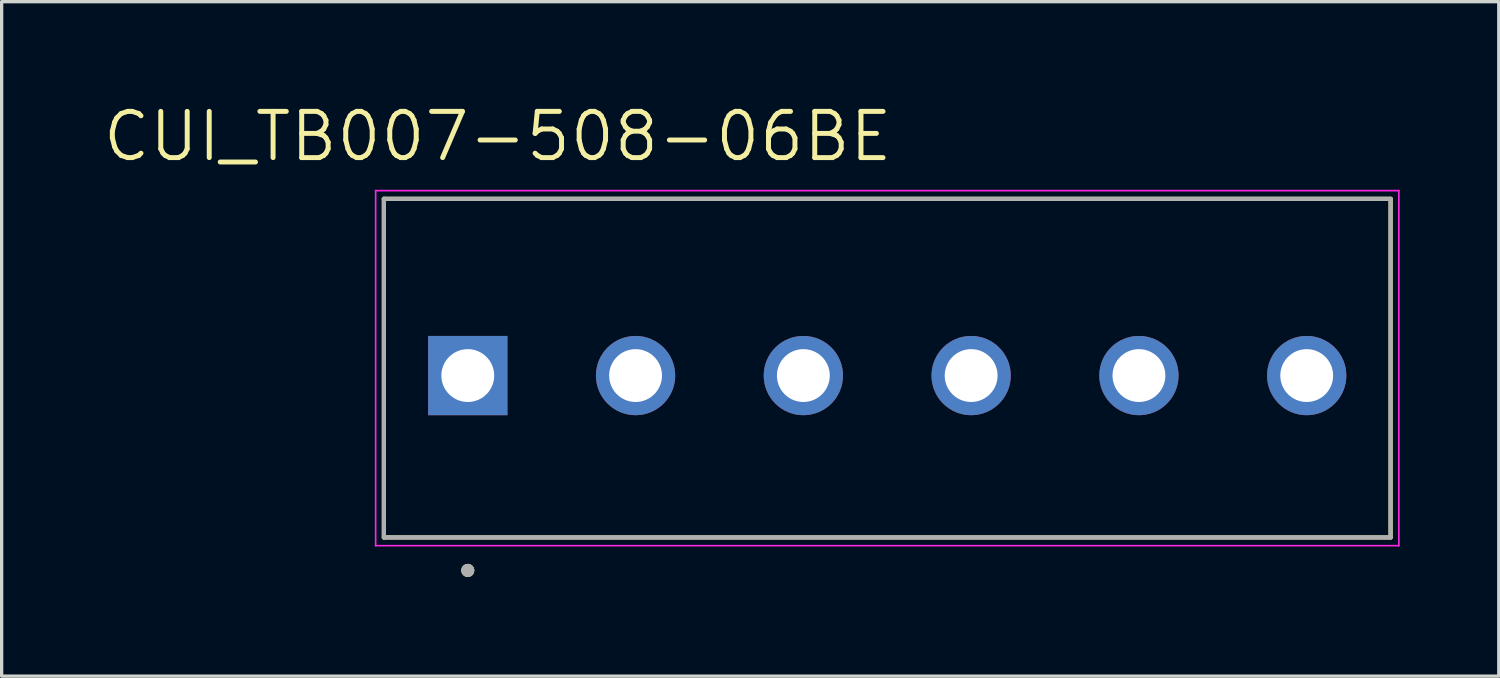
<source format=kicad_pcb>
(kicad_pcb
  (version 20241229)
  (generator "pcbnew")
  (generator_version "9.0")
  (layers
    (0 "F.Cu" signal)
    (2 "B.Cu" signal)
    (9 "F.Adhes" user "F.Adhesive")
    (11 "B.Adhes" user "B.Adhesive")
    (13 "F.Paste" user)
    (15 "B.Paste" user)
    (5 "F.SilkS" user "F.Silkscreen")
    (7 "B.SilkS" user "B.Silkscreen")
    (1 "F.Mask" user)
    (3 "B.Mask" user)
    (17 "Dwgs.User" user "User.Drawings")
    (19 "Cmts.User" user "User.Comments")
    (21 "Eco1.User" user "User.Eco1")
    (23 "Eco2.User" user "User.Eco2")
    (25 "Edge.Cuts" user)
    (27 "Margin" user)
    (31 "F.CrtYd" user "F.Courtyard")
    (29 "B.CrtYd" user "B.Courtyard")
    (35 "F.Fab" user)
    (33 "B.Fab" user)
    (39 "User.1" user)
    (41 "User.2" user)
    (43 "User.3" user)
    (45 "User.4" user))
  (footprint "CUI_TB007-508-06BE"
    (layer "F.Cu")
    (at 11.113 8.321)
    (property "Reference" "CUI_TB007-508-06BE" (at 0.905 -7.239 0) (layer "F.SilkS") (effects (font (size 1.4 1.4) (thickness 0.15))))
    (attr through_hole)
    (fp_line (start -2.54 -5.35) (end 27.94 -5.35) (stroke (width 0.127) (type solid)) (layer "F.SilkS"))
    (fp_line (start -2.54 4.9) (end -2.54 -5.35) (stroke (width 0.127) (type solid)) (layer "F.SilkS"))
    (fp_line (start 27.94 -5.35) (end 27.94 4.9) (stroke (width 0.127) (type solid)) (layer "F.SilkS"))
    (fp_line (start 27.94 4.9) (end -2.54 4.9) (stroke (width 0.127) (type solid)) (layer "F.SilkS"))
    (fp_circle (center 0 5.9) (end 0.1 5.9) (stroke (width 0.2) (type solid)) (fill no) (layer "F.SilkS"))
    (fp_line (start -2.79 -5.6) (end 28.19 -5.6) (stroke (width 0.05) (type solid)) (layer "F.CrtYd"))
    (fp_line (start -2.79 5.15) (end -2.79 -5.6) (stroke (width 0.05) (type solid)) (layer "F.CrtYd"))
    (fp_line (start 28.19 -5.6) (end 28.19 5.15) (stroke (width 0.05) (type solid)) (layer "F.CrtYd"))
    (fp_line (start 28.19 5.15) (end -2.79 5.15) (stroke (width 0.05) (type solid)) (layer "F.CrtYd"))
    (fp_line (start -2.54 -5.35) (end 27.94 -5.35) (stroke (width 0.127) (type solid)) (layer "F.Fab"))
    (fp_line (start -2.54 4.9) (end -2.54 -5.35) (stroke (width 0.127) (type solid)) (layer "F.Fab"))
    (fp_line (start 27.94 -5.35) (end 27.94 4.9) (stroke (width 0.127) (type solid)) (layer "F.Fab"))
    (fp_line (start 27.94 4.9) (end -2.54 4.9) (stroke (width 0.127) (type solid)) (layer "F.Fab"))
    (fp_circle (center 0 5.9) (end 0.1 5.9) (stroke (width 0.2) (type solid)) (fill no) (layer "F.Fab"))
    (pad "1" thru_hole rect (at 0 0) (size 2.4 2.4) (drill 1.6) (layers "*.Cu" "*.Mask"))
    (pad "2" thru_hole circle (at 5.08 0) (size 2.4 2.4) (drill 1.6) (layers "*.Cu" "*.Mask"))
    (pad "3" thru_hole circle (at 10.16 0) (size 2.4 2.4) (drill 1.6) (layers "*.Cu" "*.Mask"))
    (pad "4" thru_hole circle (at 15.24 0) (size 2.4 2.4) (drill 1.6) (layers "*.Cu" "*.Mask"))
    (pad "5" thru_hole circle (at 20.32 0) (size 2.4 2.4) (drill 1.6) (layers "*.Cu" "*.Mask"))
    (pad "6" thru_hole circle (at 25.4 0) (size 2.4 2.4) (drill 1.6) (layers "*.Cu" "*.Mask")))
  (gr_rect
    (start -3 -3)
    (end 42.328 17.421)
    (stroke (width 0.1) (type default))
    (fill no)
    (layer "Edge.Cuts")))
</source>
